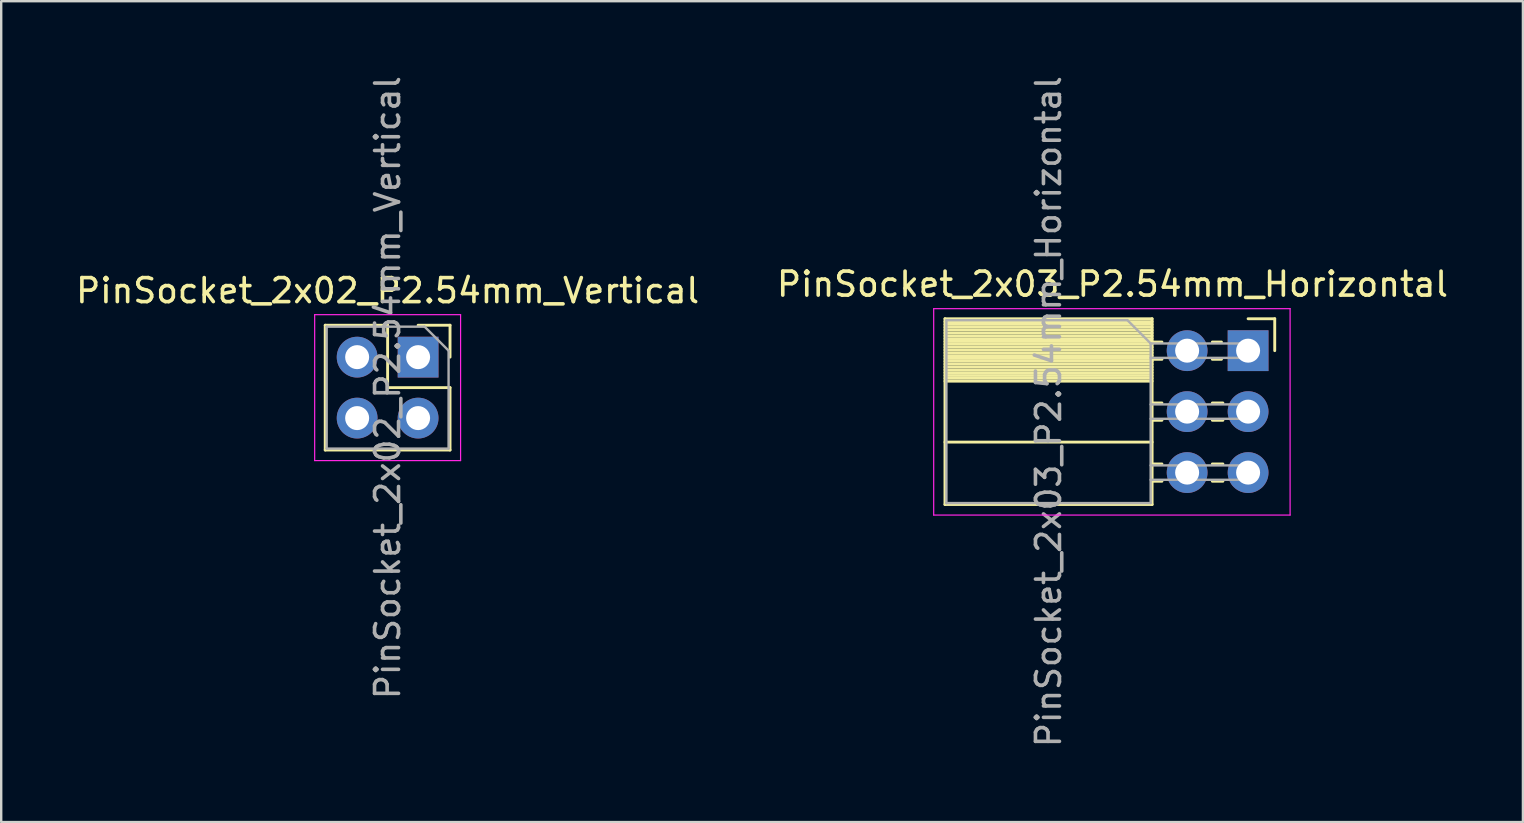
<source format=kicad_pcb>
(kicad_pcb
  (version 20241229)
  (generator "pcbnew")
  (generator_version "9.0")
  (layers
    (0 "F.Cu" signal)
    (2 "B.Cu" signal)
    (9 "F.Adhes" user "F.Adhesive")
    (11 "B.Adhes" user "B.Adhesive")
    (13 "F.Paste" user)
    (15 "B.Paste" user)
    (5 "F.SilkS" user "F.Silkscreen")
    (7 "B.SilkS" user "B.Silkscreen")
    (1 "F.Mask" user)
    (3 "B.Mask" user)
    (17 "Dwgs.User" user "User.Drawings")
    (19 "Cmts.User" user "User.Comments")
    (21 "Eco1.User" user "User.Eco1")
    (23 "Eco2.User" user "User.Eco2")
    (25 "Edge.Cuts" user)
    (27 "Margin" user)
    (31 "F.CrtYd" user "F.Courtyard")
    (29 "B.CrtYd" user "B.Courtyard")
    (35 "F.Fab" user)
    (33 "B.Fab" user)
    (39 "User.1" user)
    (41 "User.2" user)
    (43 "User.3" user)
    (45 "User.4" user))
  (footprint "PinSocket_2x02_P2.54mm_Vertical"
    (layer "F.Cu")
    (at 14.371 11.831)
    (property "Reference" "PinSocket_2x02_P2.54mm_Vertical" (at -1.27 -2.77 0) (layer "F.SilkS") (effects (font (size 1 1) (thickness 0.15))))
    (attr through_hole)
    (fp_line (start -3.87 -1.33) (end -3.87 3.87) (stroke (width 0.12) (type solid)) (layer "F.SilkS"))
    (fp_line (start -3.87 -1.33) (end -1.27 -1.33) (stroke (width 0.12) (type solid)) (layer "F.SilkS"))
    (fp_line (start -3.87 3.87) (end 1.33 3.87) (stroke (width 0.12) (type solid)) (layer "F.SilkS"))
    (fp_line (start -1.27 -1.33) (end -1.27 1.27) (stroke (width 0.12) (type solid)) (layer "F.SilkS"))
    (fp_line (start -1.27 1.27) (end 1.33 1.27) (stroke (width 0.12) (type solid)) (layer "F.SilkS"))
    (fp_line (start 0 -1.33) (end 1.33 -1.33) (stroke (width 0.12) (type solid)) (layer "F.SilkS"))
    (fp_line (start 1.33 -1.33) (end 1.33 0) (stroke (width 0.12) (type solid)) (layer "F.SilkS"))
    (fp_line (start 1.33 1.27) (end 1.33 3.87) (stroke (width 0.12) (type solid)) (layer "F.SilkS"))
    (fp_line (start -4.31 -1.77) (end 1.77 -1.77) (stroke (width 0.05) (type solid)) (layer "F.CrtYd"))
    (fp_line (start -4.31 4.31) (end -4.31 -1.77) (stroke (width 0.05) (type solid)) (layer "F.CrtYd"))
    (fp_line (start 1.77 -1.77) (end 1.77 4.31) (stroke (width 0.05) (type solid)) (layer "F.CrtYd"))
    (fp_line (start 1.77 4.31) (end -4.31 4.31) (stroke (width 0.05) (type solid)) (layer "F.CrtYd"))
    (fp_line (start -3.81 -1.27) (end 0.27 -1.27) (stroke (width 0.1) (type solid)) (layer "F.Fab"))
    (fp_line (start -3.81 3.81) (end -3.81 -1.27) (stroke (width 0.1) (type solid)) (layer "F.Fab"))
    (fp_line (start 0.27 -1.27) (end 1.27 -0.27) (stroke (width 0.1) (type solid)) (layer "F.Fab"))
    (fp_line (start 1.27 -0.27) (end 1.27 3.81) (stroke (width 0.1) (type solid)) (layer "F.Fab"))
    (fp_line (start 1.27 3.81) (end -3.81 3.81) (stroke (width 0.1) (type solid)) (layer "F.Fab"))
    (fp_text user "${REFERENCE}" (at -1.27 1.27 90) (layer "F.Fab") (effects (font (size 1 1) (thickness 0.15))))
    (pad "1" thru_hole rect (at 0 0) (size 1.7 1.7) (drill 1) (layers "*.Cu" "*.Mask"))
    (pad "2" thru_hole circle (at -2.54 0) (size 1.7 1.7) (drill 1) (layers "*.Cu" "*.Mask"))
    (pad "3" thru_hole circle (at 0 2.54) (size 1.7 1.7) (drill 1) (layers "*.Cu" "*.Mask"))
    (pad "4" thru_hole circle (at -2.54 2.54) (size 1.7 1.7) (drill 1) (layers "*.Cu" "*.Mask")))
  (footprint "PinSocket_2x03_P2.54mm_Horizontal"
    (layer "F.Cu")
    (at 48.954 11.561)
    (property "Reference" "PinSocket_2x03_P2.54mm_Horizontal" (at -5.65 -2.77 0) (layer "F.SilkS") (effects (font (size 1 1) (thickness 0.15))))
    (attr through_hole)
    (fp_line (start -12.63 -1.33) (end -12.63 6.41) (stroke (width 0.12) (type solid)) (layer "F.SilkS"))
    (fp_line (start -12.63 -1.33) (end -4 -1.33) (stroke (width 0.12) (type solid)) (layer "F.SilkS"))
    (fp_line (start -12.63 -1.21) (end -4 -1.21) (stroke (width 0.12) (type solid)) (layer "F.SilkS"))
    (fp_line (start -12.63 -1.092) (end -4 -1.092) (stroke (width 0.12) (type solid)) (layer "F.SilkS"))
    (fp_line (start -12.63 -0.974) (end -4 -0.974) (stroke (width 0.12) (type solid)) (layer "F.SilkS"))
    (fp_line (start -12.63 -0.856) (end -4 -0.856) (stroke (width 0.12) (type solid)) (layer "F.SilkS"))
    (fp_line (start -12.63 -0.738) (end -4 -0.738) (stroke (width 0.12) (type solid)) (layer "F.SilkS"))
    (fp_line (start -12.63 -0.62) (end -4 -0.62) (stroke (width 0.12) (type solid)) (layer "F.SilkS"))
    (fp_line (start -12.63 -0.501) (end -4 -0.501) (stroke (width 0.12) (type solid)) (layer "F.SilkS"))
    (fp_line (start -12.63 -0.383) (end -4 -0.383) (stroke (width 0.12) (type solid)) (layer "F.SilkS"))
    (fp_line (start -12.63 -0.265) (end -4 -0.265) (stroke (width 0.12) (type solid)) (layer "F.SilkS"))
    (fp_line (start -12.63 -0.147) (end -4 -0.147) (stroke (width 0.12) (type solid)) (layer "F.SilkS"))
    (fp_line (start -12.63 -0.029) (end -4 -0.029) (stroke (width 0.12) (type solid)) (layer "F.SilkS"))
    (fp_line (start -12.63 0.089) (end -4 0.089) (stroke (width 0.12) (type solid)) (layer "F.SilkS"))
    (fp_line (start -12.63 0.207) (end -4 0.207) (stroke (width 0.12) (type solid)) (layer "F.SilkS"))
    (fp_line (start -12.63 0.325) (end -4 0.325) (stroke (width 0.12) (type solid)) (layer "F.SilkS"))
    (fp_line (start -12.63 0.443) (end -4 0.443) (stroke (width 0.12) (type solid)) (layer "F.SilkS"))
    (fp_line (start -12.63 0.561) (end -4 0.561) (stroke (width 0.12) (type solid)) (layer "F.SilkS"))
    (fp_line (start -12.63 0.68) (end -4 0.68) (stroke (width 0.12) (type solid)) (layer "F.SilkS"))
    (fp_line (start -12.63 0.798) (end -4 0.798) (stroke (width 0.12) (type solid)) (layer "F.SilkS"))
    (fp_line (start -12.63 0.916) (end -4 0.916) (stroke (width 0.12) (type solid)) (layer "F.SilkS"))
    (fp_line (start -12.63 1.034) (end -4 1.034) (stroke (width 0.12) (type solid)) (layer "F.SilkS"))
    (fp_line (start -12.63 1.152) (end -4 1.152) (stroke (width 0.12) (type solid)) (layer "F.SilkS"))
    (fp_line (start -12.63 1.27) (end -4 1.27) (stroke (width 0.12) (type solid)) (layer "F.SilkS"))
    (fp_line (start -12.63 3.81) (end -4 3.81) (stroke (width 0.12) (type solid)) (layer "F.SilkS"))
    (fp_line (start -12.63 6.41) (end -4 6.41) (stroke (width 0.12) (type solid)) (layer "F.SilkS"))
    (fp_line (start -4 -1.33) (end -4 6.41) (stroke (width 0.12) (type solid)) (layer "F.SilkS"))
    (fp_line (start -4 -0.36) (end -3.59 -0.36) (stroke (width 0.12) (type solid)) (layer "F.SilkS"))
    (fp_line (start -4 0.36) (end -3.59 0.36) (stroke (width 0.12) (type solid)) (layer "F.SilkS"))
    (fp_line (start -4 2.18) (end -3.59 2.18) (stroke (width 0.12) (type solid)) (layer "F.SilkS"))
    (fp_line (start -4 2.9) (end -3.59 2.9) (stroke (width 0.12) (type solid)) (layer "F.SilkS"))
    (fp_line (start -4 4.72) (end -3.59 4.72) (stroke (width 0.12) (type solid)) (layer "F.SilkS"))
    (fp_line (start -4 5.44) (end -3.59 5.44) (stroke (width 0.12) (type solid)) (layer "F.SilkS"))
    (fp_line (start -1.49 -0.36) (end -1.11 -0.36) (stroke (width 0.12) (type solid)) (layer "F.SilkS"))
    (fp_line (start -1.49 0.36) (end -1.11 0.36) (stroke (width 0.12) (type solid)) (layer "F.SilkS"))
    (fp_line (start -1.49 2.18) (end -1.05 2.18) (stroke (width 0.12) (type solid)) (layer "F.SilkS"))
    (fp_line (start -1.49 2.9) (end -1.05 2.9) (stroke (width 0.12) (type solid)) (layer "F.SilkS"))
    (fp_line (start -1.49 4.72) (end -1.05 4.72) (stroke (width 0.12) (type solid)) (layer "F.SilkS"))
    (fp_line (start -1.49 5.44) (end -1.05 5.44) (stroke (width 0.12) (type solid)) (layer "F.SilkS"))
    (fp_line (start 0 -1.33) (end 1.11 -1.33) (stroke (width 0.12) (type solid)) (layer "F.SilkS"))
    (fp_line (start 1.11 -1.33) (end 1.11 0) (stroke (width 0.12) (type solid)) (layer "F.SilkS"))
    (fp_line (start -13.1 -1.75) (end -13.1 6.85) (stroke (width 0.05) (type solid)) (layer "F.CrtYd"))
    (fp_line (start -13.1 6.85) (end 1.75 6.85) (stroke (width 0.05) (type solid)) (layer "F.CrtYd"))
    (fp_line (start 1.75 -1.75) (end -13.1 -1.75) (stroke (width 0.05) (type solid)) (layer "F.CrtYd"))
    (fp_line (start 1.75 6.85) (end 1.75 -1.75) (stroke (width 0.05) (type solid)) (layer "F.CrtYd"))
    (fp_line (start -12.57 -1.27) (end -5.03 -1.27) (stroke (width 0.1) (type solid)) (layer "F.Fab"))
    (fp_line (start -12.57 6.35) (end -12.57 -1.27) (stroke (width 0.1) (type solid)) (layer "F.Fab"))
    (fp_line (start -5.03 -1.27) (end -4.06 -0.3) (stroke (width 0.1) (type solid)) (layer "F.Fab"))
    (fp_line (start -4.06 -0.3) (end -4.06 6.35) (stroke (width 0.1) (type solid)) (layer "F.Fab"))
    (fp_line (start -4.06 0.3) (end 0 0.3) (stroke (width 0.1) (type solid)) (layer "F.Fab"))
    (fp_line (start -4.06 2.84) (end 0 2.84) (stroke (width 0.1) (type solid)) (layer "F.Fab"))
    (fp_line (start -4.06 5.38) (end 0 5.38) (stroke (width 0.1) (type solid)) (layer "F.Fab"))
    (fp_line (start -4.06 6.35) (end -12.57 6.35) (stroke (width 0.1) (type solid)) (layer "F.Fab"))
    (fp_line (start 0 -0.3) (end -4.06 -0.3) (stroke (width 0.1) (type solid)) (layer "F.Fab"))
    (fp_line (start 0 0.3) (end 0 -0.3) (stroke (width 0.1) (type solid)) (layer "F.Fab"))
    (fp_line (start 0 2.24) (end -4.06 2.24) (stroke (width 0.1) (type solid)) (layer "F.Fab"))
    (fp_line (start 0 2.84) (end 0 2.24) (stroke (width 0.1) (type solid)) (layer "F.Fab"))
    (fp_line (start 0 4.78) (end -4.06 4.78) (stroke (width 0.1) (type solid)) (layer "F.Fab"))
    (fp_line (start 0 5.38) (end 0 4.78) (stroke (width 0.1) (type solid)) (layer "F.Fab"))
    (fp_text user "${REFERENCE}" (at -8.315 2.54 90) (layer "F.Fab") (effects (font (size 1 1) (thickness 0.15))))
    (pad "1" thru_hole rect (at 0 0) (size 1.7 1.7) (drill 1) (layers "*.Cu" "*.Mask"))
    (pad "2" thru_hole circle (at -2.54 0) (size 1.7 1.7) (drill 1) (layers "*.Cu" "*.Mask"))
    (pad "3" thru_hole circle (at 0 2.54) (size 1.7 1.7) (drill 1) (layers "*.Cu" "*.Mask"))
    (pad "4" thru_hole circle (at -2.54 2.54) (size 1.7 1.7) (drill 1) (layers "*.Cu" "*.Mask"))
    (pad "5" thru_hole circle (at 0 5.08) (size 1.7 1.7) (drill 1) (layers "*.Cu" "*.Mask"))
    (pad "6" thru_hole circle (at -2.54 5.08) (size 1.7 1.7) (drill 1) (layers "*.Cu" "*.Mask")))
  (gr_rect
    (start -3 -3)
    (end 60.405 31.202)
    (stroke (width 0.1) (type default))
    (fill no)
    (layer "Edge.Cuts")))
</source>
